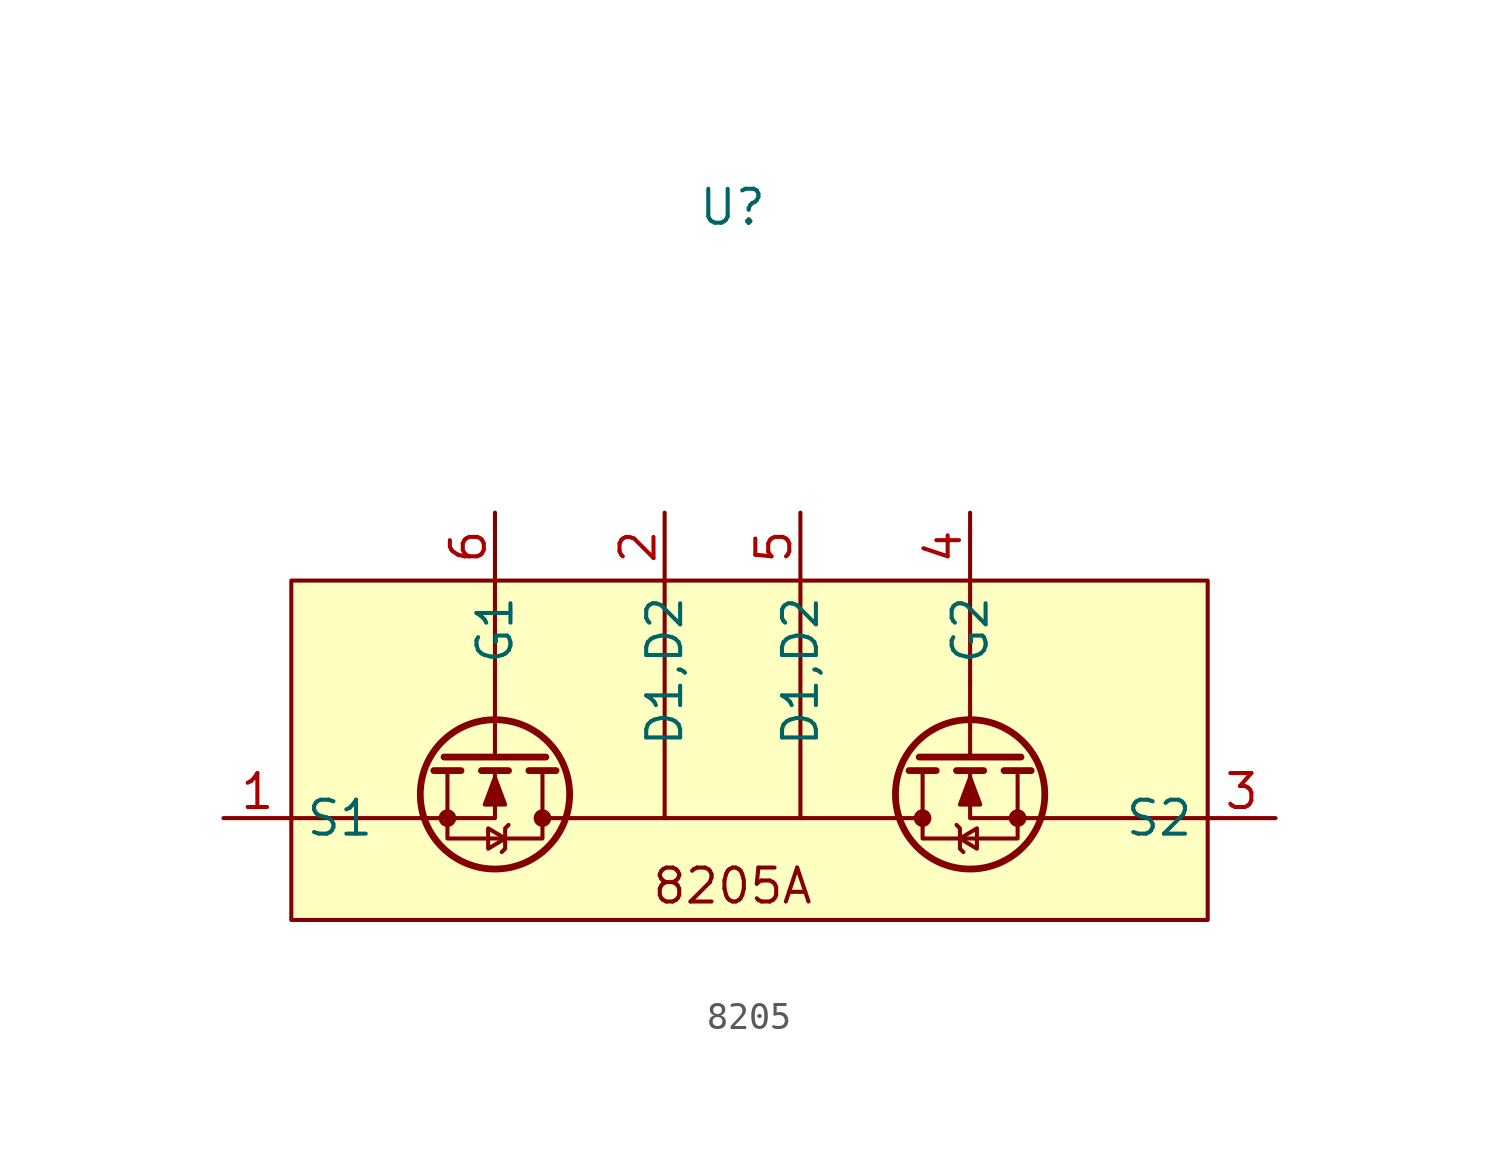
<source format=kicad_sym>
(kicad_symbol_lib
  (version 20220914)
  (generator kicad_symbol_editor)
  (symbol "8205"
    (property "Reference" "U"
      (at -1.27 21.59 0)
      (effects (font (size 1.27 1.27))))
    (property "Value" ""
      (at -1.27 19.05 0)
      (effects (font (size 1.27 1.27))))
    (symbol "8205_0_1"
      (circle (center -11.938 -1.27) (radius 0.254) (stroke (width 0) (type default)) (fill (type outline)))
      (circle (center -10.16 -0.381) (radius 2.794) (stroke (width 0.254) (type default)) (fill (type none)))
      (circle (center -8.382 -1.27) (radius 0.254) (stroke (width 0) (type default)) (fill (type outline)))
      (polyline (pts (xy -12.7 -1.27) (xy -17.78 -1.27)) (stroke (width 0) (type default)) (fill (type none)))
      (polyline (pts (xy -11.43 0.508) (xy -12.446 0.508)) (stroke (width 0.254) (type default)) (fill (type none)))
      (polyline (pts (xy -10.16 1.016) (xy -10.16 3.81)) (stroke (width 0) (type default)) (fill (type none)))
      (polyline (pts (xy -10.16 3.81) (xy -10.16 7.62)) (stroke (width 0) (type default)) (fill (type none)))
      (polyline (pts (xy -9.652 0.508) (xy -10.668 0.508)) (stroke (width 0.254) (type default)) (fill (type none)))
      (polyline (pts (xy -8.255 1.016) (xy -12.065 1.016)) (stroke (width 0.254) (type default)) (fill (type none)))
      (polyline (pts (xy -7.874 0.508) (xy -8.89 0.508)) (stroke (width 0.254) (type default)) (fill (type none)))
      (polyline (pts (xy -7.62 -1.27) (xy -8.382 -1.27)) (stroke (width 0) (type default)) (fill (type none)))
      (polyline (pts (xy -7.62 -1.27) (xy 5.08 -1.27)) (stroke (width 0) (type default)) (fill (type none)))
      (polyline (pts (xy -3.81 7.62) (xy -3.81 -1.27)) (stroke (width 0) (type default)) (fill (type none)))
      (polyline (pts (xy 1.27 7.62) (xy 1.27 -1.27)) (stroke (width 0) (type default)) (fill (type none)))
      (polyline (pts (xy 5.08 -1.27) (xy 5.842 -1.27)) (stroke (width 0) (type default)) (fill (type none)))
      (polyline (pts (xy 5.334 0.508) (xy 6.35 0.508)) (stroke (width 0.254) (type default)) (fill (type none)))
      (polyline (pts (xy 5.715 1.016) (xy 9.525 1.016)) (stroke (width 0.254) (type default)) (fill (type none)))
      (polyline (pts (xy 7.112 0.508) (xy 8.128 0.508)) (stroke (width 0.254) (type default)) (fill (type none)))
      (polyline (pts (xy 7.62 1.016) (xy 7.62 3.81)) (stroke (width 0) (type default)) (fill (type none)))
      (polyline (pts (xy 7.62 7.62) (xy 7.62 3.81)) (stroke (width 0) (type default)) (fill (type none)))
      (polyline (pts (xy 8.89 0.508) (xy 9.906 0.508)) (stroke (width 0.254) (type default)) (fill (type none)))
      (polyline (pts (xy 16.51 -1.27) (xy 10.16 -1.27)) (stroke (width 0) (type default)) (fill (type none)))
      (polyline (pts (xy -12.7 -1.27) (xy -10.16 -1.27) (xy -10.16 0.508)) (stroke (width 0) (type default)) (fill (type none)))
      (polyline (pts (xy 10.16 -1.27) (xy 7.62 -1.27) (xy 7.62 0.508)) (stroke (width 0) (type default)) (fill (type none)))
      (polyline (pts (xy -11.938 0.508) (xy -11.938 -2.032) (xy -8.382 -2.032) (xy -8.382 0.508)) (stroke (width 0) (type default)) (fill (type none)))
      (polyline (pts (xy -10.16 0.254) (xy -9.779 -0.762) (xy -10.541 -0.762) (xy -10.16 0.254)) (stroke (width 0) (type default)) (fill (type outline)))
      (polyline (pts (xy -9.779 -2.032) (xy -10.414 -1.651) (xy -10.414 -2.413) (xy -9.779 -2.032)) (stroke (width 0) (type default)) (fill (type none)))
      (polyline (pts (xy -9.652 -1.524) (xy -9.779 -1.651) (xy -9.779 -2.413) (xy -9.906 -2.54)) (stroke (width 0) (type default)) (fill (type none)))
      (polyline (pts (xy 7.112 -1.524) (xy 7.239 -1.651) (xy 7.239 -2.413) (xy 7.366 -2.54)) (stroke (width 0) (type default)) (fill (type none)))
      (polyline (pts (xy 7.239 -2.032) (xy 7.874 -1.651) (xy 7.874 -2.413) (xy 7.239 -2.032)) (stroke (width 0) (type default)) (fill (type none)))
      (polyline (pts (xy 7.62 0.254) (xy 7.239 -0.762) (xy 8.001 -0.762) (xy 7.62 0.254)) (stroke (width 0) (type default)) (fill (type outline)))
      (polyline (pts (xy 9.398 0.508) (xy 9.398 -2.032) (xy 5.842 -2.032) (xy 5.842 0.508)) (stroke (width 0) (type default)) (fill (type none)))
      (circle (center 5.842 -1.27) (radius 0.254) (stroke (width 0) (type default)) (fill (type outline)))
      (circle (center 7.62 -0.381) (radius 2.794) (stroke (width 0.254) (type default)) (fill (type none)))
      (circle (center 9.398 -1.27) (radius 0.254) (stroke (width 0) (type default)) (fill (type outline))))
    (symbol "8205_1_1"
      (rectangle (start -17.78 7.62) (end 16.51 -5.08) (stroke (width 0) (type default)) (fill (type background)))
      (text "8205A" (at -1.27 -3.81 0) (effects (font (size 1.27 1.27))))
      (pin input line (at -20.32 -1.27 0) (length 2.54) (name "S1" (effects (font (size 1.27 1.27)))) (number "1" (effects (font (size 1.27 1.27)))))
      (pin input line (at -3.81 10.16 270) (length 2.54) (name "D1,D2" (effects (font (size 1.27 1.27)))) (number "2" (effects (font (size 1.27 1.27)))))
      (pin input line (at 19.05 -1.27 180) (length 2.54) (name "S2" (effects (font (size 1.27 1.27)))) (number "3" (effects (font (size 1.27 1.27)))))
      (pin input line (at 7.62 10.16 270) (length 2.54) (name "G2" (effects (font (size 1.27 1.27)))) (number "4" (effects (font (size 1.27 1.27)))))
      (pin input line (at 1.27 10.16 270) (length 2.54) (name "D1,D2" (effects (font (size 1.27 1.27)))) (number "5" (effects (font (size 1.27 1.27)))))
      (pin input line (at -10.16 10.16 270) (length 2.54) (name "G1" (effects (font (size 1.27 1.27)))) (number "6" (effects (font (size 1.27 1.27))))))))
</source>
